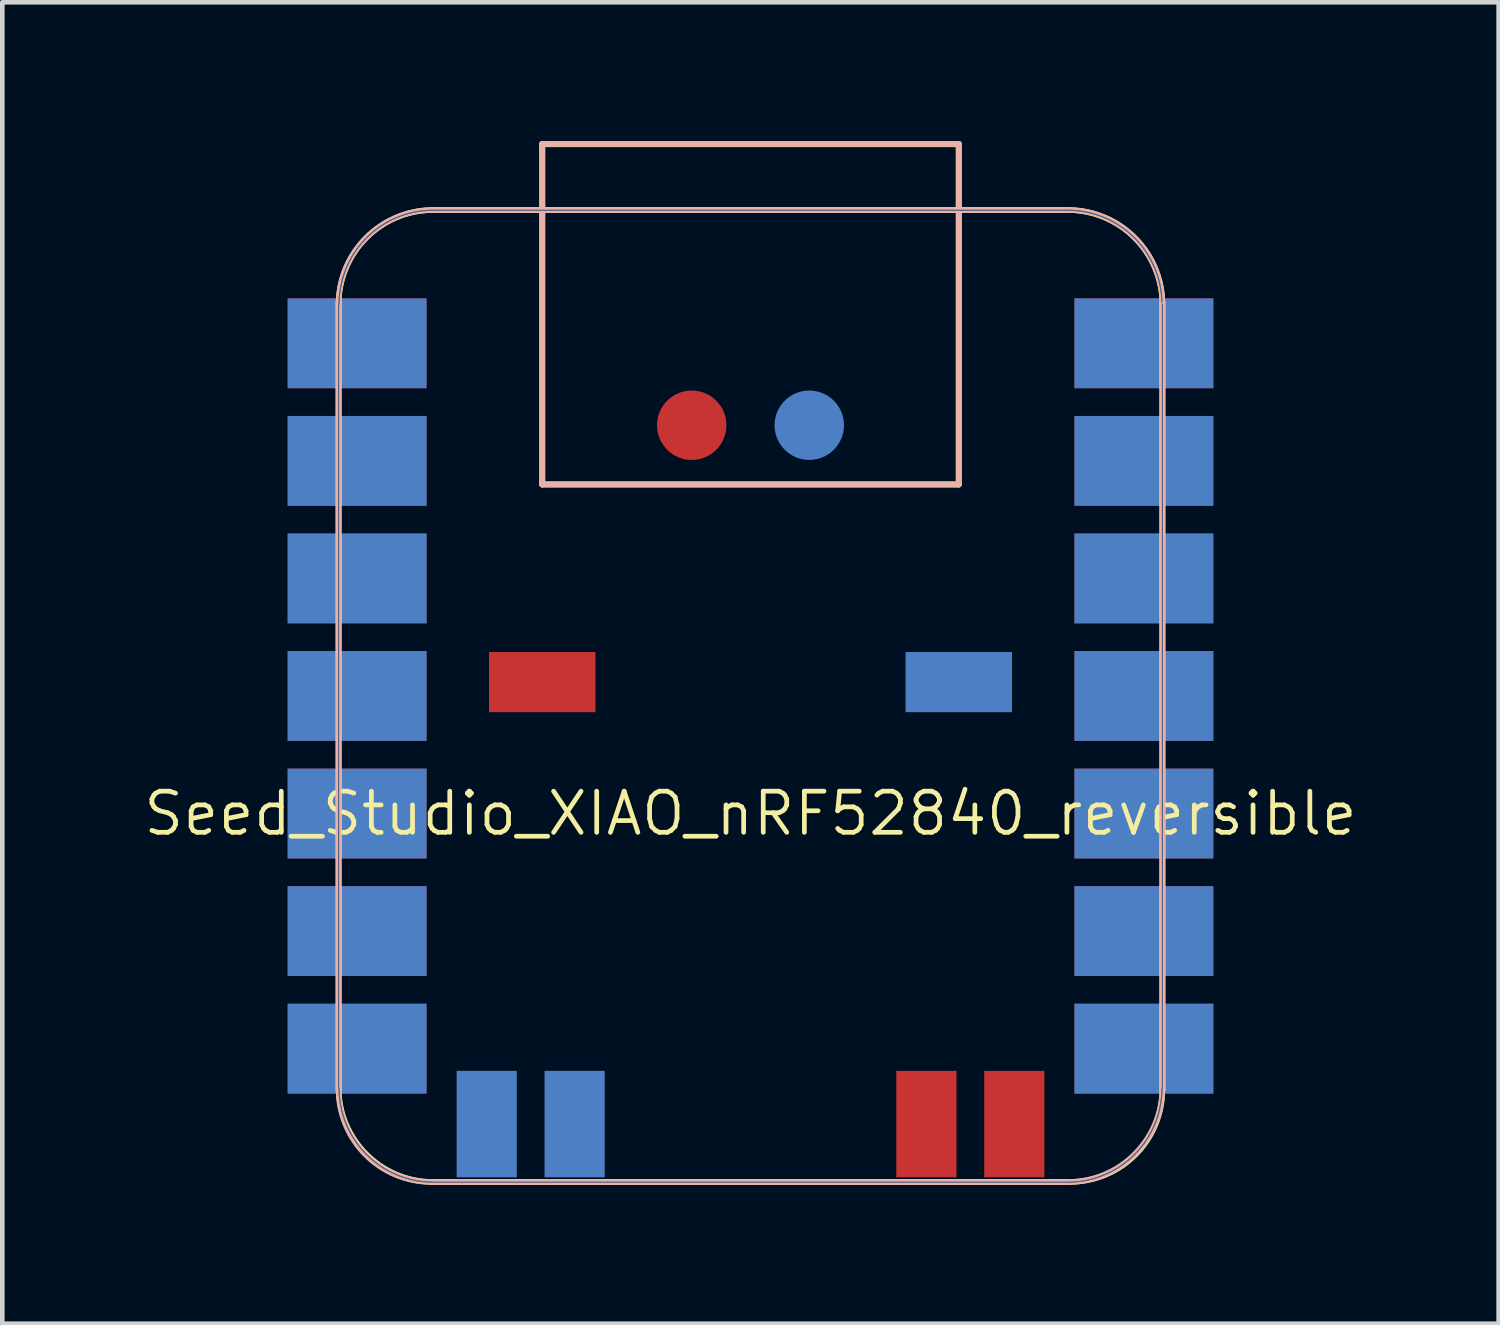
<source format=kicad_pcb>
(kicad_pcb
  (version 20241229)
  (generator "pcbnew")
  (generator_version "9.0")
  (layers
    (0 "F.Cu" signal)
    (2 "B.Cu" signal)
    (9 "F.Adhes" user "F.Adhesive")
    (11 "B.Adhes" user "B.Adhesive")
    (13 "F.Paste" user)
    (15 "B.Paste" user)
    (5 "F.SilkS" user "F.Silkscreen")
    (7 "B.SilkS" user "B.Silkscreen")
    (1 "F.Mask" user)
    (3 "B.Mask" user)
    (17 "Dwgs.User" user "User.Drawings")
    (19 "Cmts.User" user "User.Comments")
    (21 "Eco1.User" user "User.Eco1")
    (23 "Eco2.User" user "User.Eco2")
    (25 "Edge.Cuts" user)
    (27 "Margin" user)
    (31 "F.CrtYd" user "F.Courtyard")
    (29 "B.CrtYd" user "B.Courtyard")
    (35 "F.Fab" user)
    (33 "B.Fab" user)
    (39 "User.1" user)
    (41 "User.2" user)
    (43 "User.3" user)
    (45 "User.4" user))
  (footprint "Seed_Studio_XIAO_nRF52840_reversible"
    (layer "F.Cu")
    (at 13.166 11.988)
    (property "Reference" "Seed_Studio_XIAO_nRF52840_reversible" (at 0 2.54 0) (layer "F.SilkS") (effects (font (size 0.889 0.889) (thickness 0.102))))
    (attr smd)
    (fp_line (start -8.9 -8.5) (end -8.9 8.5) (stroke (width 0.127) (type solid)) (layer "F.SilkS"))
    (fp_line (start -6.9 10.5) (end 6.9 10.5) (stroke (width 0.127) (type solid)) (layer "F.SilkS"))
    (fp_line (start -4.5 -11.924) (end 4.5 -11.924) (stroke (width 0.127) (type solid)) (layer "F.SilkS"))
    (fp_line (start -4.5 -4.571) (end -4.5 -11.924) (stroke (width 0.127) (type solid)) (layer "F.SilkS"))
    (fp_line (start 4.5 -11.924) (end 4.5 -4.571) (stroke (width 0.127) (type solid)) (layer "F.SilkS"))
    (fp_line (start 4.5 -4.571) (end -4.5 -4.571) (stroke (width 0.127) (type solid)) (layer "F.SilkS"))
    (fp_line (start 6.9 -10.499) (end -6.9 -10.499) (stroke (width 0.127) (type solid)) (layer "F.SilkS"))
    (fp_line (start 8.9 8.5) (end 8.9 -8.5) (stroke (width 0.127) (type solid)) (layer "F.SilkS"))
    (fp_arc (start -8.9 -8.5) (mid -8.301491 -9.901491) (end -6.9 -10.5) (stroke (width 0.12) (type solid)) (layer "F.SilkS"))
    (fp_arc (start -6.9 10.5) (mid -8.301423 9.901423) (end -8.9 8.5) (stroke (width 0.12) (type solid)) (layer "F.SilkS"))
    (fp_arc (start 6.9 -10.5) (mid 8.301491 -9.901491) (end 8.9 -8.5) (stroke (width 0.12) (type solid)) (layer "F.SilkS"))
    (fp_arc (start 8.9 8.5) (mid 8.314214 9.914214) (end 6.9 10.5) (stroke (width 0.12) (type solid)) (layer "F.SilkS"))
    (fp_poly (pts (xy -8.888 -8.562) (xy -8.885 -8.61) (xy -8.881 -8.659)) (stroke (width 0.025) (type solid)) (fill no) (layer "F.SilkS"))
    (fp_poly (pts (xy 8.889 8.522) (xy 8.888 8.571) (xy 8.885 8.62) (xy 8.881 8.669) (xy 8.875 8.717) (xy 8.869 8.766) (xy 8.861 8.815) (xy 8.852 8.863) (xy 8.842 8.911)) (stroke (width 0.025) (type solid)) (fill no) (layer "F.SilkS"))
    (fp_line (start -8.9 8.5) (end -8.9 -8.5) (stroke (width 0.127) (type solid)) (layer "B.SilkS"))
    (fp_line (start -6.9 -10.499) (end 6.9 -10.499) (stroke (width 0.127) (type solid)) (layer "B.SilkS"))
    (fp_line (start -4.5 -11.924) (end -4.5 -4.571) (stroke (width 0.127) (type solid)) (layer "B.SilkS"))
    (fp_line (start -4.5 -4.571) (end 4.5 -4.571) (stroke (width 0.127) (type solid)) (layer "B.SilkS"))
    (fp_line (start 4.5 -11.924) (end -4.5 -11.924) (stroke (width 0.127) (type solid)) (layer "B.SilkS"))
    (fp_line (start 4.5 -4.571) (end 4.5 -11.924) (stroke (width 0.127) (type solid)) (layer "B.SilkS"))
    (fp_line (start 6.9 10.5) (end -6.9 10.5) (stroke (width 0.127) (type solid)) (layer "B.SilkS"))
    (fp_line (start 8.9 -8.5) (end 8.9 8.5) (stroke (width 0.127) (type solid)) (layer "B.SilkS"))
    (fp_arc (start -8.9 -8.5) (mid -8.301488 -9.901482) (end -6.9 -10.5) (stroke (width 0.12) (type solid)) (layer "B.SilkS"))
    (fp_arc (start -6.9 10.5) (mid -8.314214 9.914214) (end -8.9 8.5) (stroke (width 0.12) (type solid)) (layer "B.SilkS"))
    (fp_arc (start 6.9 -10.5) (mid 8.301491 -9.901491) (end 8.9 -8.5) (stroke (width 0.12) (type solid)) (layer "B.SilkS"))
    (fp_arc (start 8.9 8.5) (mid 8.301423 9.901423) (end 6.9 10.5) (stroke (width 0.12) (type solid)) (layer "B.SilkS"))
    (fp_poly (pts (xy 8.888 -8.562) (xy 8.885 -8.61) (xy 8.881 -8.659)) (stroke (width 0.025) (type solid)) (fill no) (layer "B.SilkS"))
    (fp_poly (pts (xy -8.889 8.522) (xy -8.888 8.571) (xy -8.885 8.62) (xy -8.881 8.669) (xy -8.875 8.717) (xy -8.869 8.766) (xy -8.861 8.815) (xy -8.852 8.863) (xy -8.842 8.911)) (stroke (width 0.025) (type solid)) (fill no) (layer "B.SilkS"))
    (fp_line (start -8.9 8.473) (end -8.9 -8.463) (stroke (width 0.025) (type solid)) (layer "B.Fab"))
    (fp_line (start -8.89 -8.463) (end -8.889 -8.512) (stroke (width 0.025) (type solid)) (layer "B.Fab"))
    (fp_line (start -8.889 -8.512) (end -8.888 -8.562) (stroke (width 0.025) (type solid)) (layer "B.Fab"))
    (fp_line (start -8.889 8.522) (end -8.89 8.473) (stroke (width 0.025) (type solid)) (layer "B.Fab"))
    (fp_line (start -8.888 -8.562) (end -8.885 -8.61) (stroke (width 0.025) (type solid)) (layer "B.Fab"))
    (fp_line (start -8.888 8.571) (end -8.889 8.522) (stroke (width 0.025) (type solid)) (layer "B.Fab"))
    (fp_line (start -8.885 -8.61) (end -8.881 -8.659) (stroke (width 0.025) (type solid)) (layer "B.Fab"))
    (fp_line (start -8.885 8.62) (end -8.888 8.571) (stroke (width 0.025) (type solid)) (layer "B.Fab"))
    (fp_line (start -8.881 -8.659) (end -8.875 -8.708) (stroke (width 0.025) (type solid)) (layer "B.Fab"))
    (fp_line (start -8.881 8.669) (end -8.885 8.62) (stroke (width 0.025) (type solid)) (layer "B.Fab"))
    (fp_line (start -8.875 -8.708) (end -8.869 -8.757) (stroke (width 0.025) (type solid)) (layer "B.Fab"))
    (fp_line (start -8.875 8.717) (end -8.881 8.669) (stroke (width 0.025) (type solid)) (layer "B.Fab"))
    (fp_line (start -8.869 -8.757) (end -8.861 -8.806) (stroke (width 0.025) (type solid)) (layer "B.Fab"))
    (fp_line (start -8.869 8.766) (end -8.875 8.717) (stroke (width 0.025) (type solid)) (layer "B.Fab"))
    (fp_line (start -8.861 -8.806) (end -8.852 -8.854) (stroke (width 0.025) (type solid)) (layer "B.Fab"))
    (fp_line (start -8.861 8.815) (end -8.869 8.766) (stroke (width 0.025) (type solid)) (layer "B.Fab"))
    (fp_line (start -8.852 -8.854) (end -8.842 -8.902) (stroke (width 0.025) (type solid)) (layer "B.Fab"))
    (fp_line (start -8.852 8.863) (end -8.861 8.815) (stroke (width 0.025) (type solid)) (layer "B.Fab"))
    (fp_line (start -8.842 -8.902) (end -8.831 -8.95) (stroke (width 0.025) (type solid)) (layer "B.Fab"))
    (fp_line (start -8.842 8.911) (end -8.852 8.863) (stroke (width 0.025) (type solid)) (layer "B.Fab"))
    (fp_line (start -8.831 -8.95) (end -8.819 -8.997) (stroke (width 0.025) (type solid)) (layer "B.Fab"))
    (fp_line (start -8.831 8.959) (end -8.842 8.911) (stroke (width 0.025) (type solid)) (layer "B.Fab"))
    (fp_line (start -8.819 -8.997) (end -8.805 -9.045) (stroke (width 0.025) (type solid)) (layer "B.Fab"))
    (fp_line (start -8.819 9.006) (end -8.831 8.959) (stroke (width 0.025) (type solid)) (layer "B.Fab"))
    (fp_line (start -8.805 -9.045) (end -8.79 -9.091) (stroke (width 0.025) (type solid)) (layer "B.Fab"))
    (fp_line (start -8.805 9.054) (end -8.819 9.006) (stroke (width 0.025) (type solid)) (layer "B.Fab"))
    (fp_line (start -8.79 -9.091) (end -8.775 -9.138) (stroke (width 0.025) (type solid)) (layer "B.Fab"))
    (fp_line (start -8.79 9.1) (end -8.805 9.054) (stroke (width 0.025) (type solid)) (layer "B.Fab"))
    (fp_line (start -8.775 -9.138) (end -8.758 -9.184) (stroke (width 0.025) (type solid)) (layer "B.Fab"))
    (fp_line (start -8.775 9.147) (end -8.79 9.1) (stroke (width 0.025) (type solid)) (layer "B.Fab"))
    (fp_line (start -8.758 -9.184) (end -8.74 -9.23) (stroke (width 0.025) (type solid)) (layer "B.Fab"))
    (fp_line (start -8.758 9.193) (end -8.775 9.147) (stroke (width 0.025) (type solid)) (layer "B.Fab"))
    (fp_line (start -8.74 -9.23) (end -8.721 -9.275) (stroke (width 0.025) (type solid)) (layer "B.Fab"))
    (fp_line (start -8.74 9.239) (end -8.758 9.193) (stroke (width 0.025) (type solid)) (layer "B.Fab"))
    (fp_line (start -8.721 -9.275) (end -8.701 -9.32) (stroke (width 0.025) (type solid)) (layer "B.Fab"))
    (fp_line (start -8.721 9.284) (end -8.74 9.239) (stroke (width 0.025) (type solid)) (layer "B.Fab"))
    (fp_line (start -8.701 -9.32) (end -8.679 -9.364) (stroke (width 0.025) (type solid)) (layer "B.Fab"))
    (fp_line (start -8.701 9.329) (end -8.721 9.284) (stroke (width 0.025) (type solid)) (layer "B.Fab"))
    (fp_line (start -8.679 -9.364) (end -8.657 -9.408) (stroke (width 0.025) (type solid)) (layer "B.Fab"))
    (fp_line (start -8.679 9.373) (end -8.701 9.329) (stroke (width 0.025) (type solid)) (layer "B.Fab"))
    (fp_line (start -8.657 -9.408) (end -8.634 -9.451) (stroke (width 0.025) (type solid)) (layer "B.Fab"))
    (fp_line (start -8.657 9.417) (end -8.679 9.373) (stroke (width 0.025) (type solid)) (layer "B.Fab"))
    (fp_line (start -8.634 -9.451) (end -8.61 -9.494) (stroke (width 0.025) (type solid)) (layer "B.Fab"))
    (fp_line (start -8.634 9.46) (end -8.657 9.417) (stroke (width 0.025) (type solid)) (layer "B.Fab"))
    (fp_line (start -8.61 -9.494) (end -8.584 -9.536) (stroke (width 0.025) (type solid)) (layer "B.Fab"))
    (fp_line (start -8.61 9.503) (end -8.634 9.46) (stroke (width 0.025) (type solid)) (layer "B.Fab"))
    (fp_line (start -8.584 -9.536) (end -8.558 -9.577) (stroke (width 0.025) (type solid)) (layer "B.Fab"))
    (fp_line (start -8.584 9.545) (end -8.61 9.503) (stroke (width 0.025) (type solid)) (layer "B.Fab"))
    (fp_line (start -8.558 -9.577) (end -8.53 -9.618) (stroke (width 0.025) (type solid)) (layer "B.Fab"))
    (fp_line (start -8.558 9.586) (end -8.584 9.545) (stroke (width 0.025) (type solid)) (layer "B.Fab"))
    (fp_line (start -8.53 -9.618) (end -8.502 -9.658) (stroke (width 0.025) (type solid)) (layer "B.Fab"))
    (fp_line (start -8.53 9.627) (end -8.558 9.586) (stroke (width 0.025) (type solid)) (layer "B.Fab"))
    (fp_line (start -8.502 -9.658) (end -8.473 -9.697) (stroke (width 0.025) (type solid)) (layer "B.Fab"))
    (fp_line (start -8.502 9.667) (end -8.53 9.627) (stroke (width 0.025) (type solid)) (layer "B.Fab"))
    (fp_line (start -8.473 -9.697) (end -8.442 -9.736) (stroke (width 0.025) (type solid)) (layer "B.Fab"))
    (fp_line (start -8.473 9.706) (end -8.502 9.667) (stroke (width 0.025) (type solid)) (layer "B.Fab"))
    (fp_line (start -8.442 -9.736) (end -8.411 -9.774) (stroke (width 0.025) (type solid)) (layer "B.Fab"))
    (fp_line (start -8.442 9.745) (end -8.473 9.706) (stroke (width 0.025) (type solid)) (layer "B.Fab"))
    (fp_line (start -8.411 -9.774) (end -8.379 -9.811) (stroke (width 0.025) (type solid)) (layer "B.Fab"))
    (fp_line (start -8.411 9.783) (end -8.442 9.745) (stroke (width 0.025) (type solid)) (layer "B.Fab"))
    (fp_line (start -8.379 -9.811) (end -8.346 -9.847) (stroke (width 0.025) (type solid)) (layer "B.Fab"))
    (fp_line (start -8.379 9.82) (end -8.411 9.783) (stroke (width 0.025) (type solid)) (layer "B.Fab"))
    (fp_line (start -8.346 -9.847) (end -8.312 -9.883) (stroke (width 0.025) (type solid)) (layer "B.Fab"))
    (fp_line (start -8.346 9.856) (end -8.379 9.82) (stroke (width 0.025) (type solid)) (layer "B.Fab"))
    (fp_line (start -8.312 -9.883) (end -8.277 -9.918) (stroke (width 0.025) (type solid)) (layer "B.Fab"))
    (fp_line (start -8.312 9.892) (end -8.346 9.856) (stroke (width 0.025) (type solid)) (layer "B.Fab"))
    (fp_line (start -8.277 -9.918) (end -8.242 -9.951) (stroke (width 0.025) (type solid)) (layer "B.Fab"))
    (fp_line (start -8.277 9.927) (end -8.312 9.892) (stroke (width 0.025) (type solid)) (layer "B.Fab"))
    (fp_line (start -8.242 -9.951) (end -8.205 -9.984) (stroke (width 0.025) (type solid)) (layer "B.Fab"))
    (fp_line (start -8.242 9.96) (end -8.277 9.927) (stroke (width 0.025) (type solid)) (layer "B.Fab"))
    (fp_line (start -8.205 -9.984) (end -8.168 -10.017) (stroke (width 0.025) (type solid)) (layer "B.Fab"))
    (fp_line (start -8.205 9.994) (end -8.242 9.96) (stroke (width 0.025) (type solid)) (layer "B.Fab"))
    (fp_line (start -8.168 -10.017) (end -8.13 -10.048) (stroke (width 0.025) (type solid)) (layer "B.Fab"))
    (fp_line (start -8.168 10.026) (end -8.205 9.994) (stroke (width 0.025) (type solid)) (layer "B.Fab"))
    (fp_line (start -8.13 -10.048) (end -8.092 -10.078) (stroke (width 0.025) (type solid)) (layer "B.Fab"))
    (fp_line (start -8.13 10.057) (end -8.168 10.026) (stroke (width 0.025) (type solid)) (layer "B.Fab"))
    (fp_line (start -8.092 -10.078) (end -8.052 -10.107) (stroke (width 0.025) (type solid)) (layer "B.Fab"))
    (fp_line (start -8.092 10.087) (end -8.13 10.057) (stroke (width 0.025) (type solid)) (layer "B.Fab"))
    (fp_line (start -8.052 -10.107) (end -8.012 -10.136) (stroke (width 0.025) (type solid)) (layer "B.Fab"))
    (fp_line (start -8.052 10.116) (end -8.092 10.087) (stroke (width 0.025) (type solid)) (layer "B.Fab"))
    (fp_line (start -8.012 -10.136) (end -7.972 -10.163) (stroke (width 0.025) (type solid)) (layer "B.Fab"))
    (fp_line (start -8.012 10.145) (end -8.052 10.116) (stroke (width 0.025) (type solid)) (layer "B.Fab"))
    (fp_line (start -7.972 -10.163) (end -7.93 -10.19) (stroke (width 0.025) (type solid)) (layer "B.Fab"))
    (fp_line (start -7.972 10.172) (end -8.012 10.145) (stroke (width 0.025) (type solid)) (layer "B.Fab"))
    (fp_line (start -7.93 -10.19) (end -7.888 -10.215) (stroke (width 0.025) (type solid)) (layer "B.Fab"))
    (fp_line (start -7.93 10.199) (end -7.972 10.172) (stroke (width 0.025) (type solid)) (layer "B.Fab"))
    (fp_line (start -7.888 -10.215) (end -7.846 -10.239) (stroke (width 0.025) (type solid)) (layer "B.Fab"))
    (fp_line (start -7.888 10.224) (end -7.93 10.199) (stroke (width 0.025) (type solid)) (layer "B.Fab"))
    (fp_line (start -7.846 -10.239) (end -7.802 -10.263) (stroke (width 0.025) (type solid)) (layer "B.Fab"))
    (fp_line (start -7.846 10.249) (end -7.888 10.224) (stroke (width 0.025) (type solid)) (layer "B.Fab"))
    (fp_line (start -7.802 -10.263) (end -7.759 -10.285) (stroke (width 0.025) (type solid)) (layer "B.Fab"))
    (fp_line (start -7.802 10.272) (end -7.846 10.249) (stroke (width 0.025) (type solid)) (layer "B.Fab"))
    (fp_line (start -7.759 -10.285) (end -7.714 -10.306) (stroke (width 0.025) (type solid)) (layer "B.Fab"))
    (fp_line (start -7.759 10.294) (end -7.802 10.272) (stroke (width 0.025) (type solid)) (layer "B.Fab"))
    (fp_line (start -7.714 -10.306) (end -7.67 -10.326) (stroke (width 0.025) (type solid)) (layer "B.Fab"))
    (fp_line (start -7.714 10.315) (end -7.759 10.294) (stroke (width 0.025) (type solid)) (layer "B.Fab"))
    (fp_line (start -7.67 -10.326) (end -7.624 -10.345) (stroke (width 0.025) (type solid)) (layer "B.Fab"))
    (fp_line (start -7.67 10.335) (end -7.714 10.315) (stroke (width 0.025) (type solid)) (layer "B.Fab"))
    (fp_line (start -7.624 -10.345) (end -7.579 -10.363) (stroke (width 0.025) (type solid)) (layer "B.Fab"))
    (fp_line (start -7.624 10.354) (end -7.67 10.335) (stroke (width 0.025) (type solid)) (layer "B.Fab"))
    (fp_line (start -7.579 -10.363) (end -7.532 -10.38) (stroke (width 0.025) (type solid)) (layer "B.Fab"))
    (fp_line (start -7.579 10.372) (end -7.624 10.354) (stroke (width 0.025) (type solid)) (layer "B.Fab"))
    (fp_line (start -7.532 -10.38) (end -7.486 -10.396) (stroke (width 0.025) (type solid)) (layer "B.Fab"))
    (fp_line (start -7.532 10.389) (end -7.579 10.372) (stroke (width 0.025) (type solid)) (layer "B.Fab"))
    (fp_line (start -7.486 -10.396) (end -7.439 -10.411) (stroke (width 0.025) (type solid)) (layer "B.Fab"))
    (fp_line (start -7.486 10.405) (end -7.532 10.389) (stroke (width 0.025) (type solid)) (layer "B.Fab"))
    (fp_line (start -7.439 -10.411) (end -7.392 -10.424) (stroke (width 0.025) (type solid)) (layer "B.Fab"))
    (fp_line (start -7.439 10.42) (end -7.486 10.405) (stroke (width 0.025) (type solid)) (layer "B.Fab"))
    (fp_line (start -7.392 -10.424) (end -7.344 -10.436) (stroke (width 0.025) (type solid)) (layer "B.Fab"))
    (fp_line (start -7.392 10.433) (end -7.439 10.42) (stroke (width 0.025) (type solid)) (layer "B.Fab"))
    (fp_line (start -7.344 -10.436) (end -7.296 -10.448) (stroke (width 0.025) (type solid)) (layer "B.Fab"))
    (fp_line (start -7.344 10.446) (end -7.392 10.433) (stroke (width 0.025) (type solid)) (layer "B.Fab"))
    (fp_line (start -7.296 -10.448) (end -7.248 -10.458) (stroke (width 0.025) (type solid)) (layer "B.Fab"))
    (fp_line (start -7.296 10.457) (end -7.344 10.446) (stroke (width 0.025) (type solid)) (layer "B.Fab"))
    (fp_line (start -7.248 -10.458) (end -7.2 -10.466) (stroke (width 0.025) (type solid)) (layer "B.Fab"))
    (fp_line (start -7.248 10.467) (end -7.296 10.457) (stroke (width 0.025) (type solid)) (layer "B.Fab"))
    (fp_line (start -7.2 -10.466) (end -7.152 -10.474) (stroke (width 0.025) (type solid)) (layer "B.Fab"))
    (fp_line (start -7.2 10.476) (end -7.248 10.467) (stroke (width 0.025) (type solid)) (layer "B.Fab"))
    (fp_line (start -7.152 -10.474) (end -7.103 -10.481) (stroke (width 0.025) (type solid)) (layer "B.Fab"))
    (fp_line (start -7.152 10.483) (end -7.2 10.476) (stroke (width 0.025) (type solid)) (layer "B.Fab"))
    (fp_line (start -7.103 -10.481) (end -7.054 -10.486) (stroke (width 0.025) (type solid)) (layer "B.Fab"))
    (fp_line (start -7.103 10.49) (end -7.152 10.483) (stroke (width 0.025) (type solid)) (layer "B.Fab"))
    (fp_line (start -7.054 -10.486) (end -7.005 -10.49) (stroke (width 0.025) (type solid)) (layer "B.Fab"))
    (fp_line (start -7.054 10.495) (end -7.103 10.49) (stroke (width 0.025) (type solid)) (layer "B.Fab"))
    (fp_line (start -7.005 -10.49) (end -6.956 -10.493) (stroke (width 0.025) (type solid)) (layer "B.Fab"))
    (fp_line (start -7.005 10.499) (end -7.054 10.495) (stroke (width 0.025) (type solid)) (layer "B.Fab"))
    (fp_line (start -6.956 -10.493) (end -6.907 -10.495) (stroke (width 0.025) (type solid)) (layer "B.Fab"))
    (fp_line (start -6.956 10.502) (end -7.005 10.499) (stroke (width 0.025) (type solid)) (layer "B.Fab"))
    (fp_line (start -6.907 -10.495) (end -6.858 -10.495) (stroke (width 0.025) (type solid)) (layer "B.Fab"))
    (fp_line (start -6.907 10.504) (end -6.956 10.502) (stroke (width 0.025) (type solid)) (layer "B.Fab"))
    (fp_line (start -6.858 -10.495) (end 6.858 -10.495) (stroke (width 0.025) (type solid)) (layer "B.Fab"))
    (fp_line (start -6.858 10.505) (end -6.907 10.504) (stroke (width 0.025) (type solid)) (layer "B.Fab"))
    (fp_line (start 6.858 -10.495) (end 6.907 -10.495) (stroke (width 0.025) (type solid)) (layer "B.Fab"))
    (fp_line (start 6.858 10.505) (end -6.858 10.505) (stroke (width 0.025) (type solid)) (layer "B.Fab"))
    (fp_line (start 6.907 -10.495) (end 6.956 -10.493) (stroke (width 0.025) (type solid)) (layer "B.Fab"))
    (fp_line (start 6.907 10.504) (end 6.858 10.505) (stroke (width 0.025) (type solid)) (layer "B.Fab"))
    (fp_line (start 6.956 -10.493) (end 7.005 -10.49) (stroke (width 0.025) (type solid)) (layer "B.Fab"))
    (fp_line (start 6.956 10.502) (end 6.907 10.504) (stroke (width 0.025) (type solid)) (layer "B.Fab"))
    (fp_line (start 7.005 -10.49) (end 7.054 -10.486) (stroke (width 0.025) (type solid)) (layer "B.Fab"))
    (fp_line (start 7.005 10.499) (end 6.956 10.502) (stroke (width 0.025) (type solid)) (layer "B.Fab"))
    (fp_line (start 7.054 -10.486) (end 7.103 -10.481) (stroke (width 0.025) (type solid)) (layer "B.Fab"))
    (fp_line (start 7.054 10.495) (end 7.005 10.499) (stroke (width 0.025) (type solid)) (layer "B.Fab"))
    (fp_line (start 7.103 -10.481) (end 7.152 -10.474) (stroke (width 0.025) (type solid)) (layer "B.Fab"))
    (fp_line (start 7.103 10.49) (end 7.054 10.495) (stroke (width 0.025) (type solid)) (layer "B.Fab"))
    (fp_line (start 7.152 -10.474) (end 7.2 -10.466) (stroke (width 0.025) (type solid)) (layer "B.Fab"))
    (fp_line (start 7.152 10.483) (end 7.103 10.49) (stroke (width 0.025) (type solid)) (layer "B.Fab"))
    (fp_line (start 7.2 -10.466) (end 7.248 -10.458) (stroke (width 0.025) (type solid)) (layer "B.Fab"))
    (fp_line (start 7.2 10.476) (end 7.152 10.483) (stroke (width 0.025) (type solid)) (layer "B.Fab"))
    (fp_line (start 7.248 -10.458) (end 7.296 -10.448) (stroke (width 0.025) (type solid)) (layer "B.Fab"))
    (fp_line (start 7.248 10.467) (end 7.2 10.476) (stroke (width 0.025) (type solid)) (layer "B.Fab"))
    (fp_line (start 7.296 -10.448) (end 7.344 -10.436) (stroke (width 0.025) (type solid)) (layer "B.Fab"))
    (fp_line (start 7.296 10.457) (end 7.248 10.467) (stroke (width 0.025) (type solid)) (layer "B.Fab"))
    (fp_line (start 7.344 -10.436) (end 7.392 -10.424) (stroke (width 0.025) (type solid)) (layer "B.Fab"))
    (fp_line (start 7.344 10.446) (end 7.296 10.457) (stroke (width 0.025) (type solid)) (layer "B.Fab"))
    (fp_line (start 7.392 -10.424) (end 7.439 -10.411) (stroke (width 0.025) (type solid)) (layer "B.Fab"))
    (fp_line (start 7.392 10.433) (end 7.344 10.446) (stroke (width 0.025) (type solid)) (layer "B.Fab"))
    (fp_line (start 7.439 -10.411) (end 7.486 -10.396) (stroke (width 0.025) (type solid)) (layer "B.Fab"))
    (fp_line (start 7.439 10.42) (end 7.392 10.433) (stroke (width 0.025) (type solid)) (layer "B.Fab"))
    (fp_line (start 7.486 -10.396) (end 7.532 -10.38) (stroke (width 0.025) (type solid)) (layer "B.Fab"))
    (fp_line (start 7.486 10.405) (end 7.439 10.42) (stroke (width 0.025) (type solid)) (layer "B.Fab"))
    (fp_line (start 7.532 -10.38) (end 7.579 -10.363) (stroke (width 0.025) (type solid)) (layer "B.Fab"))
    (fp_line (start 7.532 10.389) (end 7.486 10.405) (stroke (width 0.025) (type solid)) (layer "B.Fab"))
    (fp_line (start 7.579 -10.363) (end 7.624 -10.345) (stroke (width 0.025) (type solid)) (layer "B.Fab"))
    (fp_line (start 7.579 10.372) (end 7.532 10.389) (stroke (width 0.025) (type solid)) (layer "B.Fab"))
    (fp_line (start 7.624 -10.345) (end 7.67 -10.326) (stroke (width 0.025) (type solid)) (layer "B.Fab"))
    (fp_line (start 7.624 10.354) (end 7.579 10.372) (stroke (width 0.025) (type solid)) (layer "B.Fab"))
    (fp_line (start 7.67 -10.326) (end 7.714 -10.306) (stroke (width 0.025) (type solid)) (layer "B.Fab"))
    (fp_line (start 7.67 10.335) (end 7.624 10.354) (stroke (width 0.025) (type solid)) (layer "B.Fab"))
    (fp_line (start 7.714 -10.306) (end 7.759 -10.285) (stroke (width 0.025) (type solid)) (layer "B.Fab"))
    (fp_line (start 7.714 10.315) (end 7.67 10.335) (stroke (width 0.025) (type solid)) (layer "B.Fab"))
    (fp_line (start 7.759 -10.285) (end 7.802 -10.263) (stroke (width 0.025) (type solid)) (layer "B.Fab"))
    (fp_line (start 7.759 10.294) (end 7.714 10.315) (stroke (width 0.025) (type solid)) (layer "B.Fab"))
    (fp_line (start 7.802 -10.263) (end 7.846 -10.239) (stroke (width 0.025) (type solid)) (layer "B.Fab"))
    (fp_line (start 7.802 10.272) (end 7.759 10.294) (stroke (width 0.025) (type solid)) (layer "B.Fab"))
    (fp_line (start 7.846 -10.239) (end 7.888 -10.215) (stroke (width 0.025) (type solid)) (layer "B.Fab"))
    (fp_line (start 7.846 10.249) (end 7.802 10.272) (stroke (width 0.025) (type solid)) (layer "B.Fab"))
    (fp_line (start 7.888 -10.215) (end 7.93 -10.19) (stroke (width 0.025) (type solid)) (layer "B.Fab"))
    (fp_line (start 7.888 10.224) (end 7.846 10.249) (stroke (width 0.025) (type solid)) (layer "B.Fab"))
    (fp_line (start 7.93 -10.19) (end 7.972 -10.163) (stroke (width 0.025) (type solid)) (layer "B.Fab"))
    (fp_line (start 7.93 10.199) (end 7.888 10.224) (stroke (width 0.025) (type solid)) (layer "B.Fab"))
    (fp_line (start 7.972 -10.163) (end 8.012 -10.136) (stroke (width 0.025) (type solid)) (layer "B.Fab"))
    (fp_line (start 7.972 10.172) (end 7.93 10.199) (stroke (width 0.025) (type solid)) (layer "B.Fab"))
    (fp_line (start 8.012 -10.136) (end 8.052 -10.107) (stroke (width 0.025) (type solid)) (layer "B.Fab"))
    (fp_line (start 8.012 10.145) (end 7.972 10.172) (stroke (width 0.025) (type solid)) (layer "B.Fab"))
    (fp_line (start 8.052 -10.107) (end 8.092 -10.078) (stroke (width 0.025) (type solid)) (layer "B.Fab"))
    (fp_line (start 8.052 10.116) (end 8.012 10.145) (stroke (width 0.025) (type solid)) (layer "B.Fab"))
    (fp_line (start 8.092 -10.078) (end 8.13 -10.048) (stroke (width 0.025) (type solid)) (layer "B.Fab"))
    (fp_line (start 8.092 10.087) (end 8.052 10.116) (stroke (width 0.025) (type solid)) (layer "B.Fab"))
    (fp_line (start 8.13 -10.048) (end 8.168 -10.017) (stroke (width 0.025) (type solid)) (layer "B.Fab"))
    (fp_line (start 8.13 10.057) (end 8.092 10.087) (stroke (width 0.025) (type solid)) (layer "B.Fab"))
    (fp_line (start 8.168 -10.017) (end 8.205 -9.984) (stroke (width 0.025) (type solid)) (layer "B.Fab"))
    (fp_line (start 8.168 10.026) (end 8.13 10.057) (stroke (width 0.025) (type solid)) (layer "B.Fab"))
    (fp_line (start 8.205 -9.984) (end 8.242 -9.951) (stroke (width 0.025) (type solid)) (layer "B.Fab"))
    (fp_line (start 8.205 9.994) (end 8.168 10.026) (stroke (width 0.025) (type solid)) (layer "B.Fab"))
    (fp_line (start 8.242 -9.951) (end 8.277 -9.918) (stroke (width 0.025) (type solid)) (layer "B.Fab"))
    (fp_line (start 8.242 9.96) (end 8.205 9.994) (stroke (width 0.025) (type solid)) (layer "B.Fab"))
    (fp_line (start 8.277 -9.918) (end 8.312 -9.883) (stroke (width 0.025) (type solid)) (layer "B.Fab"))
    (fp_line (start 8.277 9.927) (end 8.242 9.96) (stroke (width 0.025) (type solid)) (layer "B.Fab"))
    (fp_line (start 8.312 -9.883) (end 8.346 -9.847) (stroke (width 0.025) (type solid)) (layer "B.Fab"))
    (fp_line (start 8.312 9.892) (end 8.277 9.927) (stroke (width 0.025) (type solid)) (layer "B.Fab"))
    (fp_line (start 8.346 -9.847) (end 8.379 -9.811) (stroke (width 0.025) (type solid)) (layer "B.Fab"))
    (fp_line (start 8.346 9.856) (end 8.312 9.892) (stroke (width 0.025) (type solid)) (layer "B.Fab"))
    (fp_line (start 8.379 -9.811) (end 8.411 -9.774) (stroke (width 0.025) (type solid)) (layer "B.Fab"))
    (fp_line (start 8.379 9.82) (end 8.346 9.856) (stroke (width 0.025) (type solid)) (layer "B.Fab"))
    (fp_line (start 8.411 -9.774) (end 8.442 -9.736) (stroke (width 0.025) (type solid)) (layer "B.Fab"))
    (fp_line (start 8.411 9.783) (end 8.379 9.82) (stroke (width 0.025) (type solid)) (layer "B.Fab"))
    (fp_line (start 8.442 -9.736) (end 8.473 -9.697) (stroke (width 0.025) (type solid)) (layer "B.Fab"))
    (fp_line (start 8.442 9.745) (end 8.411 9.783) (stroke (width 0.025) (type solid)) (layer "B.Fab"))
    (fp_line (start 8.473 -9.697) (end 8.502 -9.658) (stroke (width 0.025) (type solid)) (layer "B.Fab"))
    (fp_line (start 8.473 9.706) (end 8.442 9.745) (stroke (width 0.025) (type solid)) (layer "B.Fab"))
    (fp_line (start 8.502 -9.658) (end 8.53 -9.618) (stroke (width 0.025) (type solid)) (layer "B.Fab"))
    (fp_line (start 8.502 9.667) (end 8.473 9.706) (stroke (width 0.025) (type solid)) (layer "B.Fab"))
    (fp_line (start 8.53 -9.618) (end 8.558 -9.577) (stroke (width 0.025) (type solid)) (layer "B.Fab"))
    (fp_line (start 8.53 9.627) (end 8.502 9.667) (stroke (width 0.025) (type solid)) (layer "B.Fab"))
    (fp_line (start 8.558 -9.577) (end 8.584 -9.536) (stroke (width 0.025) (type solid)) (layer "B.Fab"))
    (fp_line (start 8.558 9.586) (end 8.53 9.627) (stroke (width 0.025) (type solid)) (layer "B.Fab"))
    (fp_line (start 8.584 -9.536) (end 8.61 -9.494) (stroke (width 0.025) (type solid)) (layer "B.Fab"))
    (fp_line (start 8.584 9.545) (end 8.558 9.586) (stroke (width 0.025) (type solid)) (layer "B.Fab"))
    (fp_line (start 8.61 -9.494) (end 8.634 -9.451) (stroke (width 0.025) (type solid)) (layer "B.Fab"))
    (fp_line (start 8.61 9.503) (end 8.584 9.545) (stroke (width 0.025) (type solid)) (layer "B.Fab"))
    (fp_line (start 8.634 -9.451) (end 8.657 -9.408) (stroke (width 0.025) (type solid)) (layer "B.Fab"))
    (fp_line (start 8.634 9.46) (end 8.61 9.503) (stroke (width 0.025) (type solid)) (layer "B.Fab"))
    (fp_line (start 8.657 -9.408) (end 8.679 -9.364) (stroke (width 0.025) (type solid)) (layer "B.Fab"))
    (fp_line (start 8.657 9.417) (end 8.634 9.46) (stroke (width 0.025) (type solid)) (layer "B.Fab"))
    (fp_line (start 8.679 -9.364) (end 8.701 -9.32) (stroke (width 0.025) (type solid)) (layer "B.Fab"))
    (fp_line (start 8.679 9.373) (end 8.657 9.417) (stroke (width 0.025) (type solid)) (layer "B.Fab"))
    (fp_line (start 8.701 -9.32) (end 8.721 -9.275) (stroke (width 0.025) (type solid)) (layer "B.Fab"))
    (fp_line (start 8.701 9.329) (end 8.679 9.373) (stroke (width 0.025) (type solid)) (layer "B.Fab"))
    (fp_line (start 8.721 -9.275) (end 8.74 -9.23) (stroke (width 0.025) (type solid)) (layer "B.Fab"))
    (fp_line (start 8.721 9.284) (end 8.701 9.329) (stroke (width 0.025) (type solid)) (layer "B.Fab"))
    (fp_line (start 8.74 -9.23) (end 8.758 -9.184) (stroke (width 0.025) (type solid)) (layer "B.Fab"))
    (fp_line (start 8.74 9.239) (end 8.721 9.284) (stroke (width 0.025) (type solid)) (layer "B.Fab"))
    (fp_line (start 8.758 -9.184) (end 8.775 -9.138) (stroke (width 0.025) (type solid)) (layer "B.Fab"))
    (fp_line (start 8.758 9.193) (end 8.74 9.239) (stroke (width 0.025) (type solid)) (layer "B.Fab"))
    (fp_line (start 8.775 -9.138) (end 8.79 -9.091) (stroke (width 0.025) (type solid)) (layer "B.Fab"))
    (fp_line (start 8.775 9.147) (end 8.758 9.193) (stroke (width 0.025) (type solid)) (layer "B.Fab"))
    (fp_line (start 8.79 -9.091) (end 8.805 -9.045) (stroke (width 0.025) (type solid)) (layer "B.Fab"))
    (fp_line (start 8.79 9.1) (end 8.775 9.147) (stroke (width 0.025) (type solid)) (layer "B.Fab"))
    (fp_line (start 8.805 -9.045) (end 8.819 -8.997) (stroke (width 0.025) (type solid)) (layer "B.Fab"))
    (fp_line (start 8.805 9.054) (end 8.79 9.1) (stroke (width 0.025) (type solid)) (layer "B.Fab"))
    (fp_line (start 8.819 -8.997) (end 8.831 -8.95) (stroke (width 0.025) (type solid)) (layer "B.Fab"))
    (fp_line (start 8.819 9.006) (end 8.805 9.054) (stroke (width 0.025) (type solid)) (layer "B.Fab"))
    (fp_line (start 8.831 -8.95) (end 8.842 -8.902) (stroke (width 0.025) (type solid)) (layer "B.Fab"))
    (fp_line (start 8.831 8.959) (end 8.819 9.006) (stroke (width 0.025) (type solid)) (layer "B.Fab"))
    (fp_line (start 8.842 -8.902) (end 8.852 -8.854) (stroke (width 0.025) (type solid)) (layer "B.Fab"))
    (fp_line (start 8.842 8.911) (end 8.831 8.959) (stroke (width 0.025) (type solid)) (layer "B.Fab"))
    (fp_line (start 8.852 -8.854) (end 8.861 -8.806) (stroke (width 0.025) (type solid)) (layer "B.Fab"))
    (fp_line (start 8.852 8.863) (end 8.842 8.911) (stroke (width 0.025) (type solid)) (layer "B.Fab"))
    (fp_line (start 8.861 -8.806) (end 8.869 -8.757) (stroke (width 0.025) (type solid)) (layer "B.Fab"))
    (fp_line (start 8.861 8.815) (end 8.852 8.863) (stroke (width 0.025) (type solid)) (layer "B.Fab"))
    (fp_line (start 8.869 -8.757) (end 8.875 -8.708) (stroke (width 0.025) (type solid)) (layer "B.Fab"))
    (fp_line (start 8.869 8.766) (end 8.861 8.815) (stroke (width 0.025) (type solid)) (layer "B.Fab"))
    (fp_line (start 8.875 -8.708) (end 8.881 -8.659) (stroke (width 0.025) (type solid)) (layer "B.Fab"))
    (fp_line (start 8.875 8.717) (end 8.869 8.766) (stroke (width 0.025) (type solid)) (layer "B.Fab"))
    (fp_line (start 8.881 -8.659) (end 8.885 -8.61) (stroke (width 0.025) (type solid)) (layer "B.Fab"))
    (fp_line (start 8.881 8.669) (end 8.875 8.717) (stroke (width 0.025) (type solid)) (layer "B.Fab"))
    (fp_line (start 8.885 -8.61) (end 8.888 -8.562) (stroke (width 0.025) (type solid)) (layer "B.Fab"))
    (fp_line (start 8.885 8.62) (end 8.881 8.669) (stroke (width 0.025) (type solid)) (layer "B.Fab"))
    (fp_line (start 8.888 -8.562) (end 8.889 -8.512) (stroke (width 0.025) (type solid)) (layer "B.Fab"))
    (fp_line (start 8.888 8.571) (end 8.885 8.62) (stroke (width 0.025) (type solid)) (layer "B.Fab"))
    (fp_line (start 8.889 8.522) (end 8.888 8.571) (stroke (width 0.025) (type solid)) (layer "B.Fab"))
    (fp_line (start 8.89 8.473) (end 8.889 8.522) (stroke (width 0.025) (type solid)) (layer "B.Fab"))
    (fp_line (start 8.9 -8.463) (end 8.9 8.473) (stroke (width 0.025) (type solid)) (layer "B.Fab"))
    (fp_line (start -8.9 -8.463) (end -8.9 8.473) (stroke (width 0.025) (type solid)) (layer "F.Fab"))
    (fp_line (start -8.89 8.473) (end -8.889 8.522) (stroke (width 0.025) (type solid)) (layer "F.Fab"))
    (fp_line (start -8.889 8.522) (end -8.888 8.571) (stroke (width 0.025) (type solid)) (layer "F.Fab"))
    (fp_line (start -8.888 -8.562) (end -8.889 -8.512) (stroke (width 0.025) (type solid)) (layer "F.Fab"))
    (fp_line (start -8.888 8.571) (end -8.885 8.62) (stroke (width 0.025) (type solid)) (layer "F.Fab"))
    (fp_line (start -8.885 -8.61) (end -8.888 -8.562) (stroke (width 0.025) (type solid)) (layer "F.Fab"))
    (fp_line (start -8.885 8.62) (end -8.881 8.669) (stroke (width 0.025) (type solid)) (layer "F.Fab"))
    (fp_line (start -8.881 -8.659) (end -8.885 -8.61) (stroke (width 0.025) (type solid)) (layer "F.Fab"))
    (fp_line (start -8.881 8.669) (end -8.875 8.717) (stroke (width 0.025) (type solid)) (layer "F.Fab"))
    (fp_line (start -8.875 -8.708) (end -8.881 -8.659) (stroke (width 0.025) (type solid)) (layer "F.Fab"))
    (fp_line (start -8.875 8.717) (end -8.869 8.766) (stroke (width 0.025) (type solid)) (layer "F.Fab"))
    (fp_line (start -8.869 -8.757) (end -8.875 -8.708) (stroke (width 0.025) (type solid)) (layer "F.Fab"))
    (fp_line (start -8.869 8.766) (end -8.861 8.815) (stroke (width 0.025) (type solid)) (layer "F.Fab"))
    (fp_line (start -8.861 -8.806) (end -8.869 -8.757) (stroke (width 0.025) (type solid)) (layer "F.Fab"))
    (fp_line (start -8.861 8.815) (end -8.852 8.863) (stroke (width 0.025) (type solid)) (layer "F.Fab"))
    (fp_line (start -8.852 -8.854) (end -8.861 -8.806) (stroke (width 0.025) (type solid)) (layer "F.Fab"))
    (fp_line (start -8.852 8.863) (end -8.842 8.911) (stroke (width 0.025) (type solid)) (layer "F.Fab"))
    (fp_line (start -8.842 -8.902) (end -8.852 -8.854) (stroke (width 0.025) (type solid)) (layer "F.Fab"))
    (fp_line (start -8.842 8.911) (end -8.831 8.959) (stroke (width 0.025) (type solid)) (layer "F.Fab"))
    (fp_line (start -8.831 -8.95) (end -8.842 -8.902) (stroke (width 0.025) (type solid)) (layer "F.Fab"))
    (fp_line (start -8.831 8.959) (end -8.819 9.006) (stroke (width 0.025) (type solid)) (layer "F.Fab"))
    (fp_line (start -8.819 -8.997) (end -8.831 -8.95) (stroke (width 0.025) (type solid)) (layer "F.Fab"))
    (fp_line (start -8.819 9.006) (end -8.805 9.054) (stroke (width 0.025) (type solid)) (layer "F.Fab"))
    (fp_line (start -8.805 -9.045) (end -8.819 -8.997) (stroke (width 0.025) (type solid)) (layer "F.Fab"))
    (fp_line (start -8.805 9.054) (end -8.79 9.1) (stroke (width 0.025) (type solid)) (layer "F.Fab"))
    (fp_line (start -8.79 -9.091) (end -8.805 -9.045) (stroke (width 0.025) (type solid)) (layer "F.Fab"))
    (fp_line (start -8.79 9.1) (end -8.775 9.147) (stroke (width 0.025) (type solid)) (layer "F.Fab"))
    (fp_line (start -8.775 -9.138) (end -8.79 -9.091) (stroke (width 0.025) (type solid)) (layer "F.Fab"))
    (fp_line (start -8.775 9.147) (end -8.758 9.193) (stroke (width 0.025) (type solid)) (layer "F.Fab"))
    (fp_line (start -8.758 -9.184) (end -8.775 -9.138) (stroke (width 0.025) (type solid)) (layer "F.Fab"))
    (fp_line (start -8.758 9.193) (end -8.74 9.239) (stroke (width 0.025) (type solid)) (layer "F.Fab"))
    (fp_line (start -8.74 -9.23) (end -8.758 -9.184) (stroke (width 0.025) (type solid)) (layer "F.Fab"))
    (fp_line (start -8.74 9.239) (end -8.721 9.284) (stroke (width 0.025) (type solid)) (layer "F.Fab"))
    (fp_line (start -8.721 -9.275) (end -8.74 -9.23) (stroke (width 0.025) (type solid)) (layer "F.Fab"))
    (fp_line (start -8.721 9.284) (end -8.701 9.329) (stroke (width 0.025) (type solid)) (layer "F.Fab"))
    (fp_line (start -8.701 -9.32) (end -8.721 -9.275) (stroke (width 0.025) (type solid)) (layer "F.Fab"))
    (fp_line (start -8.701 9.329) (end -8.679 9.373) (stroke (width 0.025) (type solid)) (layer "F.Fab"))
    (fp_line (start -8.679 -9.364) (end -8.701 -9.32) (stroke (width 0.025) (type solid)) (layer "F.Fab"))
    (fp_line (start -8.679 9.373) (end -8.657 9.417) (stroke (width 0.025) (type solid)) (layer "F.Fab"))
    (fp_line (start -8.657 -9.408) (end -8.679 -9.364) (stroke (width 0.025) (type solid)) (layer "F.Fab"))
    (fp_line (start -8.657 9.417) (end -8.634 9.46) (stroke (width 0.025) (type solid)) (layer "F.Fab"))
    (fp_line (start -8.634 -9.451) (end -8.657 -9.408) (stroke (width 0.025) (type solid)) (layer "F.Fab"))
    (fp_line (start -8.634 9.46) (end -8.61 9.503) (stroke (width 0.025) (type solid)) (layer "F.Fab"))
    (fp_line (start -8.61 -9.494) (end -8.634 -9.451) (stroke (width 0.025) (type solid)) (layer "F.Fab"))
    (fp_line (start -8.61 9.503) (end -8.584 9.545) (stroke (width 0.025) (type solid)) (layer "F.Fab"))
    (fp_line (start -8.584 -9.536) (end -8.61 -9.494) (stroke (width 0.025) (type solid)) (layer "F.Fab"))
    (fp_line (start -8.584 9.545) (end -8.558 9.586) (stroke (width 0.025) (type solid)) (layer "F.Fab"))
    (fp_line (start -8.558 -9.577) (end -8.584 -9.536) (stroke (width 0.025) (type solid)) (layer "F.Fab"))
    (fp_line (start -8.558 9.586) (end -8.53 9.627) (stroke (width 0.025) (type solid)) (layer "F.Fab"))
    (fp_line (start -8.53 -9.618) (end -8.558 -9.577) (stroke (width 0.025) (type solid)) (layer "F.Fab"))
    (fp_line (start -8.53 9.627) (end -8.502 9.667) (stroke (width 0.025) (type solid)) (layer "F.Fab"))
    (fp_line (start -8.502 -9.658) (end -8.53 -9.618) (stroke (width 0.025) (type solid)) (layer "F.Fab"))
    (fp_line (start -8.502 9.667) (end -8.473 9.706) (stroke (width 0.025) (type solid)) (layer "F.Fab"))
    (fp_line (start -8.473 -9.697) (end -8.502 -9.658) (stroke (width 0.025) (type solid)) (layer "F.Fab"))
    (fp_line (start -8.473 9.706) (end -8.442 9.745) (stroke (width 0.025) (type solid)) (layer "F.Fab"))
    (fp_line (start -8.442 -9.736) (end -8.473 -9.697) (stroke (width 0.025) (type solid)) (layer "F.Fab"))
    (fp_line (start -8.442 9.745) (end -8.411 9.783) (stroke (width 0.025) (type solid)) (layer "F.Fab"))
    (fp_line (start -8.411 -9.774) (end -8.442 -9.736) (stroke (width 0.025) (type solid)) (layer "F.Fab"))
    (fp_line (start -8.411 9.783) (end -8.379 9.82) (stroke (width 0.025) (type solid)) (layer "F.Fab"))
    (fp_line (start -8.379 -9.811) (end -8.411 -9.774) (stroke (width 0.025) (type solid)) (layer "F.Fab"))
    (fp_line (start -8.379 9.82) (end -8.346 9.856) (stroke (width 0.025) (type solid)) (layer "F.Fab"))
    (fp_line (start -8.346 -9.847) (end -8.379 -9.811) (stroke (width 0.025) (type solid)) (layer "F.Fab"))
    (fp_line (start -8.346 9.856) (end -8.312 9.892) (stroke (width 0.025) (type solid)) (layer "F.Fab"))
    (fp_line (start -8.312 -9.883) (end -8.346 -9.847) (stroke (width 0.025) (type solid)) (layer "F.Fab"))
    (fp_line (start -8.312 9.892) (end -8.277 9.927) (stroke (width 0.025) (type solid)) (layer "F.Fab"))
    (fp_line (start -8.277 -9.918) (end -8.312 -9.883) (stroke (width 0.025) (type solid)) (layer "F.Fab"))
    (fp_line (start -8.277 9.927) (end -8.242 9.96) (stroke (width 0.025) (type solid)) (layer "F.Fab"))
    (fp_line (start -8.242 -9.951) (end -8.277 -9.918) (stroke (width 0.025) (type solid)) (layer "F.Fab"))
    (fp_line (start -8.242 9.96) (end -8.205 9.994) (stroke (width 0.025) (type solid)) (layer "F.Fab"))
    (fp_line (start -8.205 -9.984) (end -8.242 -9.951) (stroke (width 0.025) (type solid)) (layer "F.Fab"))
    (fp_line (start -8.205 9.994) (end -8.168 10.026) (stroke (width 0.025) (type solid)) (layer "F.Fab"))
    (fp_line (start -8.168 -10.017) (end -8.205 -9.984) (stroke (width 0.025) (type solid)) (layer "F.Fab"))
    (fp_line (start -8.168 10.026) (end -8.13 10.057) (stroke (width 0.025) (type solid)) (layer "F.Fab"))
    (fp_line (start -8.13 -10.048) (end -8.168 -10.017) (stroke (width 0.025) (type solid)) (layer "F.Fab"))
    (fp_line (start -8.13 10.057) (end -8.092 10.087) (stroke (width 0.025) (type solid)) (layer "F.Fab"))
    (fp_line (start -8.092 -10.078) (end -8.13 -10.048) (stroke (width 0.025) (type solid)) (layer "F.Fab"))
    (fp_line (start -8.092 10.087) (end -8.052 10.116) (stroke (width 0.025) (type solid)) (layer "F.Fab"))
    (fp_line (start -8.052 -10.107) (end -8.092 -10.078) (stroke (width 0.025) (type solid)) (layer "F.Fab"))
    (fp_line (start -8.052 10.116) (end -8.012 10.145) (stroke (width 0.025) (type solid)) (layer "F.Fab"))
    (fp_line (start -8.012 -10.136) (end -8.052 -10.107) (stroke (width 0.025) (type solid)) (layer "F.Fab"))
    (fp_line (start -8.012 10.145) (end -7.972 10.172) (stroke (width 0.025) (type solid)) (layer "F.Fab"))
    (fp_line (start -7.972 -10.163) (end -8.012 -10.136) (stroke (width 0.025) (type solid)) (layer "F.Fab"))
    (fp_line (start -7.972 10.172) (end -7.93 10.199) (stroke (width 0.025) (type solid)) (layer "F.Fab"))
    (fp_line (start -7.93 -10.19) (end -7.972 -10.163) (stroke (width 0.025) (type solid)) (layer "F.Fab"))
    (fp_line (start -7.93 10.199) (end -7.888 10.224) (stroke (width 0.025) (type solid)) (layer "F.Fab"))
    (fp_line (start -7.888 -10.215) (end -7.93 -10.19) (stroke (width 0.025) (type solid)) (layer "F.Fab"))
    (fp_line (start -7.888 10.224) (end -7.846 10.249) (stroke (width 0.025) (type solid)) (layer "F.Fab"))
    (fp_line (start -7.846 -10.239) (end -7.888 -10.215) (stroke (width 0.025) (type solid)) (layer "F.Fab"))
    (fp_line (start -7.846 10.249) (end -7.802 10.272) (stroke (width 0.025) (type solid)) (layer "F.Fab"))
    (fp_line (start -7.802 -10.263) (end -7.846 -10.239) (stroke (width 0.025) (type solid)) (layer "F.Fab"))
    (fp_line (start -7.802 10.272) (end -7.759 10.294) (stroke (width 0.025) (type solid)) (layer "F.Fab"))
    (fp_line (start -7.759 -10.285) (end -7.802 -10.263) (stroke (width 0.025) (type solid)) (layer "F.Fab"))
    (fp_line (start -7.759 10.294) (end -7.714 10.315) (stroke (width 0.025) (type solid)) (layer "F.Fab"))
    (fp_line (start -7.714 -10.306) (end -7.759 -10.285) (stroke (width 0.025) (type solid)) (layer "F.Fab"))
    (fp_line (start -7.714 10.315) (end -7.67 10.335) (stroke (width 0.025) (type solid)) (layer "F.Fab"))
    (fp_line (start -7.67 -10.326) (end -7.714 -10.306) (stroke (width 0.025) (type solid)) (layer "F.Fab"))
    (fp_line (start -7.67 10.335) (end -7.624 10.354) (stroke (width 0.025) (type solid)) (layer "F.Fab"))
    (fp_line (start -7.624 -10.345) (end -7.67 -10.326) (stroke (width 0.025) (type solid)) (layer "F.Fab"))
    (fp_line (start -7.624 10.354) (end -7.579 10.372) (stroke (width 0.025) (type solid)) (layer "F.Fab"))
    (fp_line (start -7.579 -10.363) (end -7.624 -10.345) (stroke (width 0.025) (type solid)) (layer "F.Fab"))
    (fp_line (start -7.579 10.372) (end -7.532 10.389) (stroke (width 0.025) (type solid)) (layer "F.Fab"))
    (fp_line (start -7.532 -10.38) (end -7.579 -10.363) (stroke (width 0.025) (type solid)) (layer "F.Fab"))
    (fp_line (start -7.532 10.389) (end -7.486 10.405) (stroke (width 0.025) (type solid)) (layer "F.Fab"))
    (fp_line (start -7.486 -10.396) (end -7.532 -10.38) (stroke (width 0.025) (type solid)) (layer "F.Fab"))
    (fp_line (start -7.486 10.405) (end -7.439 10.42) (stroke (width 0.025) (type solid)) (layer "F.Fab"))
    (fp_line (start -7.439 -10.411) (end -7.486 -10.396) (stroke (width 0.025) (type solid)) (layer "F.Fab"))
    (fp_line (start -7.439 10.42) (end -7.392 10.433) (stroke (width 0.025) (type solid)) (layer "F.Fab"))
    (fp_line (start -7.392 -10.424) (end -7.439 -10.411) (stroke (width 0.025) (type solid)) (layer "F.Fab"))
    (fp_line (start -7.392 10.433) (end -7.344 10.446) (stroke (width 0.025) (type solid)) (layer "F.Fab"))
    (fp_line (start -7.344 -10.436) (end -7.392 -10.424) (stroke (width 0.025) (type solid)) (layer "F.Fab"))
    (fp_line (start -7.344 10.446) (end -7.296 10.457) (stroke (width 0.025) (type solid)) (layer "F.Fab"))
    (fp_line (start -7.296 -10.448) (end -7.344 -10.436) (stroke (width 0.025) (type solid)) (layer "F.Fab"))
    (fp_line (start -7.296 10.457) (end -7.248 10.467) (stroke (width 0.025) (type solid)) (layer "F.Fab"))
    (fp_line (start -7.248 -10.458) (end -7.296 -10.448) (stroke (width 0.025) (type solid)) (layer "F.Fab"))
    (fp_line (start -7.248 10.467) (end -7.2 10.476) (stroke (width 0.025) (type solid)) (layer "F.Fab"))
    (fp_line (start -7.2 -10.466) (end -7.248 -10.458) (stroke (width 0.025) (type solid)) (layer "F.Fab"))
    (fp_line (start -7.2 10.476) (end -7.152 10.483) (stroke (width 0.025) (type solid)) (layer "F.Fab"))
    (fp_line (start -7.152 -10.474) (end -7.2 -10.466) (stroke (width 0.025) (type solid)) (layer "F.Fab"))
    (fp_line (start -7.152 10.483) (end -7.103 10.49) (stroke (width 0.025) (type solid)) (layer "F.Fab"))
    (fp_line (start -7.103 -10.481) (end -7.152 -10.474) (stroke (width 0.025) (type solid)) (layer "F.Fab"))
    (fp_line (start -7.103 10.49) (end -7.054 10.495) (stroke (width 0.025) (type solid)) (layer "F.Fab"))
    (fp_line (start -7.054 -10.486) (end -7.103 -10.481) (stroke (width 0.025) (type solid)) (layer "F.Fab"))
    (fp_line (start -7.054 10.495) (end -7.005 10.499) (stroke (width 0.025) (type solid)) (layer "F.Fab"))
    (fp_line (start -7.005 -10.49) (end -7.054 -10.486) (stroke (width 0.025) (type solid)) (layer "F.Fab"))
    (fp_line (start -7.005 10.499) (end -6.956 10.502) (stroke (width 0.025) (type solid)) (layer "F.Fab"))
    (fp_line (start -6.956 -10.493) (end -7.005 -10.49) (stroke (width 0.025) (type solid)) (layer "F.Fab"))
    (fp_line (start -6.956 10.502) (end -6.907 10.504) (stroke (width 0.025) (type solid)) (layer "F.Fab"))
    (fp_line (start -6.907 -10.495) (end -6.956 -10.493) (stroke (width 0.025) (type solid)) (layer "F.Fab"))
    (fp_line (start -6.907 10.504) (end -6.858 10.505) (stroke (width 0.025) (type solid)) (layer "F.Fab"))
    (fp_line (start -6.858 -10.495) (end -6.907 -10.495) (stroke (width 0.025) (type solid)) (layer "F.Fab"))
    (fp_line (start -6.858 10.505) (end 6.858 10.505) (stroke (width 0.025) (type solid)) (layer "F.Fab"))
    (fp_line (start 6.858 -10.495) (end -6.858 -10.495) (stroke (width 0.025) (type solid)) (layer "F.Fab"))
    (fp_line (start 6.858 10.505) (end 6.907 10.504) (stroke (width 0.025) (type solid)) (layer "F.Fab"))
    (fp_line (start 6.907 -10.495) (end 6.858 -10.495) (stroke (width 0.025) (type solid)) (layer "F.Fab"))
    (fp_line (start 6.907 10.504) (end 6.956 10.502) (stroke (width 0.025) (type solid)) (layer "F.Fab"))
    (fp_line (start 6.956 -10.493) (end 6.907 -10.495) (stroke (width 0.025) (type solid)) (layer "F.Fab"))
    (fp_line (start 6.956 10.502) (end 7.005 10.499) (stroke (width 0.025) (type solid)) (layer "F.Fab"))
    (fp_line (start 7.005 -10.49) (end 6.956 -10.493) (stroke (width 0.025) (type solid)) (layer "F.Fab"))
    (fp_line (start 7.005 10.499) (end 7.054 10.495) (stroke (width 0.025) (type solid)) (layer "F.Fab"))
    (fp_line (start 7.054 -10.486) (end 7.005 -10.49) (stroke (width 0.025) (type solid)) (layer "F.Fab"))
    (fp_line (start 7.054 10.495) (end 7.103 10.49) (stroke (width 0.025) (type solid)) (layer "F.Fab"))
    (fp_line (start 7.103 -10.481) (end 7.054 -10.486) (stroke (width 0.025) (type solid)) (layer "F.Fab"))
    (fp_line (start 7.103 10.49) (end 7.152 10.483) (stroke (width 0.025) (type solid)) (layer "F.Fab"))
    (fp_line (start 7.152 -10.474) (end 7.103 -10.481) (stroke (width 0.025) (type solid)) (layer "F.Fab"))
    (fp_line (start 7.152 10.483) (end 7.2 10.476) (stroke (width 0.025) (type solid)) (layer "F.Fab"))
    (fp_line (start 7.2 -10.466) (end 7.152 -10.474) (stroke (width 0.025) (type solid)) (layer "F.Fab"))
    (fp_line (start 7.2 10.476) (end 7.248 10.467) (stroke (width 0.025) (type solid)) (layer "F.Fab"))
    (fp_line (start 7.248 -10.458) (end 7.2 -10.466) (stroke (width 0.025) (type solid)) (layer "F.Fab"))
    (fp_line (start 7.248 10.467) (end 7.296 10.457) (stroke (width 0.025) (type solid)) (layer "F.Fab"))
    (fp_line (start 7.296 -10.448) (end 7.248 -10.458) (stroke (width 0.025) (type solid)) (layer "F.Fab"))
    (fp_line (start 7.296 10.457) (end 7.344 10.446) (stroke (width 0.025) (type solid)) (layer "F.Fab"))
    (fp_line (start 7.344 -10.436) (end 7.296 -10.448) (stroke (width 0.025) (type solid)) (layer "F.Fab"))
    (fp_line (start 7.344 10.446) (end 7.392 10.433) (stroke (width 0.025) (type solid)) (layer "F.Fab"))
    (fp_line (start 7.392 -10.424) (end 7.344 -10.436) (stroke (width 0.025) (type solid)) (layer "F.Fab"))
    (fp_line (start 7.392 10.433) (end 7.439 10.42) (stroke (width 0.025) (type solid)) (layer "F.Fab"))
    (fp_line (start 7.439 -10.411) (end 7.392 -10.424) (stroke (width 0.025) (type solid)) (layer "F.Fab"))
    (fp_line (start 7.439 10.42) (end 7.486 10.405) (stroke (width 0.025) (type solid)) (layer "F.Fab"))
    (fp_line (start 7.486 -10.396) (end 7.439 -10.411) (stroke (width 0.025) (type solid)) (layer "F.Fab"))
    (fp_line (start 7.486 10.405) (end 7.532 10.389) (stroke (width 0.025) (type solid)) (layer "F.Fab"))
    (fp_line (start 7.532 -10.38) (end 7.486 -10.396) (stroke (width 0.025) (type solid)) (layer "F.Fab"))
    (fp_line (start 7.532 10.389) (end 7.579 10.372) (stroke (width 0.025) (type solid)) (layer "F.Fab"))
    (fp_line (start 7.579 -10.363) (end 7.532 -10.38) (stroke (width 0.025) (type solid)) (layer "F.Fab"))
    (fp_line (start 7.579 10.372) (end 7.624 10.354) (stroke (width 0.025) (type solid)) (layer "F.Fab"))
    (fp_line (start 7.624 -10.345) (end 7.579 -10.363) (stroke (width 0.025) (type solid)) (layer "F.Fab"))
    (fp_line (start 7.624 10.354) (end 7.67 10.335) (stroke (width 0.025) (type solid)) (layer "F.Fab"))
    (fp_line (start 7.67 -10.326) (end 7.624 -10.345) (stroke (width 0.025) (type solid)) (layer "F.Fab"))
    (fp_line (start 7.67 10.335) (end 7.714 10.315) (stroke (width 0.025) (type solid)) (layer "F.Fab"))
    (fp_line (start 7.714 -10.306) (end 7.67 -10.326) (stroke (width 0.025) (type solid)) (layer "F.Fab"))
    (fp_line (start 7.714 10.315) (end 7.759 10.294) (stroke (width 0.025) (type solid)) (layer "F.Fab"))
    (fp_line (start 7.759 -10.285) (end 7.714 -10.306) (stroke (width 0.025) (type solid)) (layer "F.Fab"))
    (fp_line (start 7.759 10.294) (end 7.802 10.272) (stroke (width 0.025) (type solid)) (layer "F.Fab"))
    (fp_line (start 7.802 -10.263) (end 7.759 -10.285) (stroke (width 0.025) (type solid)) (layer "F.Fab"))
    (fp_line (start 7.802 10.272) (end 7.846 10.249) (stroke (width 0.025) (type solid)) (layer "F.Fab"))
    (fp_line (start 7.846 -10.239) (end 7.802 -10.263) (stroke (width 0.025) (type solid)) (layer "F.Fab"))
    (fp_line (start 7.846 10.249) (end 7.888 10.224) (stroke (width 0.025) (type solid)) (layer "F.Fab"))
    (fp_line (start 7.888 -10.215) (end 7.846 -10.239) (stroke (width 0.025) (type solid)) (layer "F.Fab"))
    (fp_line (start 7.888 10.224) (end 7.93 10.199) (stroke (width 0.025) (type solid)) (layer "F.Fab"))
    (fp_line (start 7.93 -10.19) (end 7.888 -10.215) (stroke (width 0.025) (type solid)) (layer "F.Fab"))
    (fp_line (start 7.93 10.199) (end 7.972 10.172) (stroke (width 0.025) (type solid)) (layer "F.Fab"))
    (fp_line (start 7.972 -10.163) (end 7.93 -10.19) (stroke (width 0.025) (type solid)) (layer "F.Fab"))
    (fp_line (start 7.972 10.172) (end 8.012 10.145) (stroke (width 0.025) (type solid)) (layer "F.Fab"))
    (fp_line (start 8.012 -10.136) (end 7.972 -10.163) (stroke (width 0.025) (type solid)) (layer "F.Fab"))
    (fp_line (start 8.012 10.145) (end 8.052 10.116) (stroke (width 0.025) (type solid)) (layer "F.Fab"))
    (fp_line (start 8.052 -10.107) (end 8.012 -10.136) (stroke (width 0.025) (type solid)) (layer "F.Fab"))
    (fp_line (start 8.052 10.116) (end 8.092 10.087) (stroke (width 0.025) (type solid)) (layer "F.Fab"))
    (fp_line (start 8.092 -10.078) (end 8.052 -10.107) (stroke (width 0.025) (type solid)) (layer "F.Fab"))
    (fp_line (start 8.092 10.087) (end 8.13 10.057) (stroke (width 0.025) (type solid)) (layer "F.Fab"))
    (fp_line (start 8.13 -10.048) (end 8.092 -10.078) (stroke (width 0.025) (type solid)) (layer "F.Fab"))
    (fp_line (start 8.13 10.057) (end 8.168 10.026) (stroke (width 0.025) (type solid)) (layer "F.Fab"))
    (fp_line (start 8.168 -10.017) (end 8.13 -10.048) (stroke (width 0.025) (type solid)) (layer "F.Fab"))
    (fp_line (start 8.168 10.026) (end 8.205 9.994) (stroke (width 0.025) (type solid)) (layer "F.Fab"))
    (fp_line (start 8.205 -9.984) (end 8.168 -10.017) (stroke (width 0.025) (type solid)) (layer "F.Fab"))
    (fp_line (start 8.205 9.994) (end 8.242 9.96) (stroke (width 0.025) (type solid)) (layer "F.Fab"))
    (fp_line (start 8.242 -9.951) (end 8.205 -9.984) (stroke (width 0.025) (type solid)) (layer "F.Fab"))
    (fp_line (start 8.242 9.96) (end 8.277 9.927) (stroke (width 0.025) (type solid)) (layer "F.Fab"))
    (fp_line (start 8.277 -9.918) (end 8.242 -9.951) (stroke (width 0.025) (type solid)) (layer "F.Fab"))
    (fp_line (start 8.277 9.927) (end 8.312 9.892) (stroke (width 0.025) (type solid)) (layer "F.Fab"))
    (fp_line (start 8.312 -9.883) (end 8.277 -9.918) (stroke (width 0.025) (type solid)) (layer "F.Fab"))
    (fp_line (start 8.312 9.892) (end 8.346 9.856) (stroke (width 0.025) (type solid)) (layer "F.Fab"))
    (fp_line (start 8.346 -9.847) (end 8.312 -9.883) (stroke (width 0.025) (type solid)) (layer "F.Fab"))
    (fp_line (start 8.346 9.856) (end 8.379 9.82) (stroke (width 0.025) (type solid)) (layer "F.Fab"))
    (fp_line (start 8.379 -9.811) (end 8.346 -9.847) (stroke (width 0.025) (type solid)) (layer "F.Fab"))
    (fp_line (start 8.379 9.82) (end 8.411 9.783) (stroke (width 0.025) (type solid)) (layer "F.Fab"))
    (fp_line (start 8.411 -9.774) (end 8.379 -9.811) (stroke (width 0.025) (type solid)) (layer "F.Fab"))
    (fp_line (start 8.411 9.783) (end 8.442 9.745) (stroke (width 0.025) (type solid)) (layer "F.Fab"))
    (fp_line (start 8.442 -9.736) (end 8.411 -9.774) (stroke (width 0.025) (type solid)) (layer "F.Fab"))
    (fp_line (start 8.442 9.745) (end 8.473 9.706) (stroke (width 0.025) (type solid)) (layer "F.Fab"))
    (fp_line (start 8.473 -9.697) (end 8.442 -9.736) (stroke (width 0.025) (type solid)) (layer "F.Fab"))
    (fp_line (start 8.473 9.706) (end 8.502 9.667) (stroke (width 0.025) (type solid)) (layer "F.Fab"))
    (fp_line (start 8.502 -9.658) (end 8.473 -9.697) (stroke (width 0.025) (type solid)) (layer "F.Fab"))
    (fp_line (start 8.502 9.667) (end 8.53 9.627) (stroke (width 0.025) (type solid)) (layer "F.Fab"))
    (fp_line (start 8.53 -9.618) (end 8.502 -9.658) (stroke (width 0.025) (type solid)) (layer "F.Fab"))
    (fp_line (start 8.53 9.627) (end 8.558 9.586) (stroke (width 0.025) (type solid)) (layer "F.Fab"))
    (fp_line (start 8.558 -9.577) (end 8.53 -9.618) (stroke (width 0.025) (type solid)) (layer "F.Fab"))
    (fp_line (start 8.558 9.586) (end 8.584 9.545) (stroke (width 0.025) (type solid)) (layer "F.Fab"))
    (fp_line (start 8.584 -9.536) (end 8.558 -9.577) (stroke (width 0.025) (type solid)) (layer "F.Fab"))
    (fp_line (start 8.584 9.545) (end 8.61 9.503) (stroke (width 0.025) (type solid)) (layer "F.Fab"))
    (fp_line (start 8.61 -9.494) (end 8.584 -9.536) (stroke (width 0.025) (type solid)) (layer "F.Fab"))
    (fp_line (start 8.61 9.503) (end 8.634 9.46) (stroke (width 0.025) (type solid)) (layer "F.Fab"))
    (fp_line (start 8.634 -9.451) (end 8.61 -9.494) (stroke (width 0.025) (type solid)) (layer "F.Fab"))
    (fp_line (start 8.634 9.46) (end 8.657 9.417) (stroke (width 0.025) (type solid)) (layer "F.Fab"))
    (fp_line (start 8.657 -9.408) (end 8.634 -9.451) (stroke (width 0.025) (type solid)) (layer "F.Fab"))
    (fp_line (start 8.657 9.417) (end 8.679 9.373) (stroke (width 0.025) (type solid)) (layer "F.Fab"))
    (fp_line (start 8.679 -9.364) (end 8.657 -9.408) (stroke (width 0.025) (type solid)) (layer "F.Fab"))
    (fp_line (start 8.679 9.373) (end 8.701 9.329) (stroke (width 0.025) (type solid)) (layer "F.Fab"))
    (fp_line (start 8.701 -9.32) (end 8.679 -9.364) (stroke (width 0.025) (type solid)) (layer "F.Fab"))
    (fp_line (start 8.701 9.329) (end 8.721 9.284) (stroke (width 0.025) (type solid)) (layer "F.Fab"))
    (fp_line (start 8.721 -9.275) (end 8.701 -9.32) (stroke (width 0.025) (type solid)) (layer "F.Fab"))
    (fp_line (start 8.721 9.284) (end 8.74 9.239) (stroke (width 0.025) (type solid)) (layer "F.Fab"))
    (fp_line (start 8.74 -9.23) (end 8.721 -9.275) (stroke (width 0.025) (type solid)) (layer "F.Fab"))
    (fp_line (start 8.74 9.239) (end 8.758 9.193) (stroke (width 0.025) (type solid)) (layer "F.Fab"))
    (fp_line (start 8.758 -9.184) (end 8.74 -9.23) (stroke (width 0.025) (type solid)) (layer "F.Fab"))
    (fp_line (start 8.758 9.193) (end 8.775 9.147) (stroke (width 0.025) (type solid)) (layer "F.Fab"))
    (fp_line (start 8.775 -9.138) (end 8.758 -9.184) (stroke (width 0.025) (type solid)) (layer "F.Fab"))
    (fp_line (start 8.775 9.147) (end 8.79 9.1) (stroke (width 0.025) (type solid)) (layer "F.Fab"))
    (fp_line (start 8.79 -9.091) (end 8.775 -9.138) (stroke (width 0.025) (type solid)) (layer "F.Fab"))
    (fp_line (start 8.79 9.1) (end 8.805 9.054) (stroke (width 0.025) (type solid)) (layer "F.Fab"))
    (fp_line (start 8.805 -9.045) (end 8.79 -9.091) (stroke (width 0.025) (type solid)) (layer "F.Fab"))
    (fp_line (start 8.805 9.054) (end 8.819 9.006) (stroke (width 0.025) (type solid)) (layer "F.Fab"))
    (fp_line (start 8.819 -8.997) (end 8.805 -9.045) (stroke (width 0.025) (type solid)) (layer "F.Fab"))
    (fp_line (start 8.819 9.006) (end 8.831 8.959) (stroke (width 0.025) (type solid)) (layer "F.Fab"))
    (fp_line (start 8.831 -8.95) (end 8.819 -8.997) (stroke (width 0.025) (type solid)) (layer "F.Fab"))
    (fp_line (start 8.831 8.959) (end 8.842 8.911) (stroke (width 0.025) (type solid)) (layer "F.Fab"))
    (fp_line (start 8.842 -8.902) (end 8.831 -8.95) (stroke (width 0.025) (type solid)) (layer "F.Fab"))
    (fp_line (start 8.842 8.911) (end 8.852 8.863) (stroke (width 0.025) (type solid)) (layer "F.Fab"))
    (fp_line (start 8.852 -8.854) (end 8.842 -8.902) (stroke (width 0.025) (type solid)) (layer "F.Fab"))
    (fp_line (start 8.852 8.863) (end 8.861 8.815) (stroke (width 0.025) (type solid)) (layer "F.Fab"))
    (fp_line (start 8.861 -8.806) (end 8.852 -8.854) (stroke (width 0.025) (type solid)) (layer "F.Fab"))
    (fp_line (start 8.861 8.815) (end 8.869 8.766) (stroke (width 0.025) (type solid)) (layer "F.Fab"))
    (fp_line (start 8.869 -8.757) (end 8.861 -8.806) (stroke (width 0.025) (type solid)) (layer "F.Fab"))
    (fp_line (start 8.869 8.766) (end 8.875 8.717) (stroke (width 0.025) (type solid)) (layer "F.Fab"))
    (fp_line (start 8.875 -8.708) (end 8.869 -8.757) (stroke (width 0.025) (type solid)) (layer "F.Fab"))
    (fp_line (start 8.875 8.717) (end 8.881 8.669) (stroke (width 0.025) (type solid)) (layer "F.Fab"))
    (fp_line (start 8.881 -8.659) (end 8.875 -8.708) (stroke (width 0.025) (type solid)) (layer "F.Fab"))
    (fp_line (start 8.881 8.669) (end 8.885 8.62) (stroke (width 0.025) (type solid)) (layer "F.Fab"))
    (fp_line (start 8.885 -8.61) (end 8.881 -8.659) (stroke (width 0.025) (type solid)) (layer "F.Fab"))
    (fp_line (start 8.885 8.62) (end 8.888 8.571) (stroke (width 0.025) (type solid)) (layer "F.Fab"))
    (fp_line (start 8.888 -8.562) (end 8.885 -8.61) (stroke (width 0.025) (type solid)) (layer "F.Fab"))
    (fp_line (start 8.888 8.571) (end 8.889 8.522) (stroke (width 0.025) (type solid)) (layer "F.Fab"))
    (fp_line (start 8.889 -8.512) (end 8.888 -8.562) (stroke (width 0.025) (type solid)) (layer "F.Fab"))
    (fp_line (start 8.889 8.522) (end 8.89 8.473) (stroke (width 0.025) (type solid)) (layer "F.Fab"))
    (fp_line (start 8.89 -8.463) (end 8.889 -8.512) (stroke (width 0.025) (type solid)) (layer "F.Fab"))
    (fp_line (start 8.9 8.473) (end 8.9 -8.463) (stroke (width 0.025) (type solid)) (layer "F.Fab"))
    (pad "1" smd rect (at -8.5 -7.62) (size 3 1.94) (layers "F.Cu" "F.Mask" "F.Paste"))
    (pad "1" smd rect (at 8.5 -7.62) (size 3 1.94) (layers "B.Cu" "B.Mask" "B.Paste"))
    (pad "2" smd rect (at -8.5 -5.08) (size 3 1.94) (layers "F.Cu" "F.Mask" "F.Paste"))
    (pad "2" smd rect (at 8.5 -5.08) (size 3 1.94) (layers "B.Cu" "B.Mask" "B.Paste"))
    (pad "3" smd rect (at -8.5 -2.54) (size 3 1.94) (layers "F.Cu" "F.Mask" "F.Paste"))
    (pad "3" smd rect (at 8.5 -2.54) (size 3 1.94) (layers "B.Cu" "B.Mask" "B.Paste"))
    (pad "4" smd rect (at -8.5 0) (size 3 1.94) (layers "F.Cu" "F.Mask" "F.Paste"))
    (pad "4" smd rect (at 8.5 0) (size 3 1.94) (layers "B.Cu" "B.Mask" "B.Paste"))
    (pad "5" smd rect (at -8.5 2.54) (size 3 1.94) (layers "F.Cu" "F.Mask" "F.Paste"))
    (pad "5" smd rect (at 8.5 2.54) (size 3 1.94) (layers "B.Cu" "B.Mask" "B.Paste"))
    (pad "6" smd rect (at -8.5 5.08 180) (size 3 1.94) (layers "F.Cu" "F.Mask" "F.Paste"))
    (pad "6" smd rect (at 8.5 5.08 180) (size 3 1.94) (layers "B.Cu" "B.Mask" "B.Paste"))
    (pad "7" smd rect (at -8.5 7.62) (size 3 1.94) (layers "F.Cu" "F.Mask" "F.Paste"))
    (pad "7" smd rect (at 8.5 7.62) (size 3 1.94) (layers "B.Cu" "B.Mask" "B.Paste"))
    (pad "8" smd rect (at -8.5 -7.62) (size 3 1.94) (layers "B.Cu" "B.Mask" "B.Paste"))
    (pad "8" smd rect (at 8.5 -7.62) (size 3 1.94) (layers "F.Cu" "F.Mask" "F.Paste"))
    (pad "9" smd rect (at -8.5 -5.08) (size 3 1.94) (layers "B.Cu" "B.Mask" "B.Paste"))
    (pad "9" smd rect (at 8.5 -5.08) (size 3 1.94) (layers "F.Cu" "F.Mask" "F.Paste"))
    (pad "10" smd rect (at -8.5 -2.54) (size 3 1.94) (layers "B.Cu" "B.Mask" "B.Paste"))
    (pad "10" smd rect (at 8.5 -2.54) (size 3 1.94) (layers "F.Cu" "F.Mask" "F.Paste"))
    (pad "11" smd rect (at -8.5 0) (size 3 1.94) (layers "B.Cu" "B.Mask" "B.Paste"))
    (pad "11" smd rect (at 8.5 0) (size 3 1.94) (layers "F.Cu" "F.Mask" "F.Paste"))
    (pad "12" smd rect (at -8.5 2.54) (size 3 1.94) (layers "B.Cu" "B.Mask" "B.Paste"))
    (pad "12" smd rect (at 8.5 2.54) (size 3 1.94) (layers "F.Cu" "F.Mask" "F.Paste"))
    (pad "13" smd rect (at -8.5 5.08) (size 3 1.94) (layers "B.Cu" "B.Mask" "B.Paste"))
    (pad "13" smd rect (at 8.5 5.08) (size 3 1.94) (layers "F.Cu" "F.Mask" "F.Paste"))
    (pad "14" smd rect (at -8.5 7.62) (size 3 1.94) (layers "B.Cu" "B.Mask" "B.Paste"))
    (pad "14" smd rect (at 8.5 7.62) (size 3 1.94) (layers "F.Cu" "F.Mask" "F.Paste"))
    (pad "16" smd rect (at -4.5 -0.3 180) (size 2.3 1.3) (layers "F.Cu" "F.Mask" "F.Paste"))
    (pad "16" smd rect (at 4.5 -0.3 180) (size 2.3 1.3) (layers "B.Cu" "B.Mask" "B.Paste"))
    (pad "17" smd rect (at -3.8 9.25 270) (size 2.3 1.3) (layers "B.Cu" "B.Mask" "B.Paste"))
    (pad "17" smd rect (at 3.8 9.25 90) (size 2.3 1.3) (layers "F.Cu" "F.Mask" "F.Paste"))
    (pad "18" smd rect (at -5.7 9.25 270) (size 2.3 1.3) (layers "B.Cu" "B.Mask" "B.Paste"))
    (pad "18" smd rect (at 5.7 9.25 90) (size 2.3 1.3) (layers "F.Cu" "F.Mask" "F.Paste"))
    (pad "21" smd circle (at -1.27 -5.85 90) (size 1.5 1.5) (layers "F.Cu" "F.Mask" "F.Paste"))
    (pad "21" smd circle (at 1.27 -5.85 270) (size 1.5 1.5) (layers "B.Cu" "B.Mask" "B.Paste")))
  (gr_rect
    (start -3 -3)
    (end 29.331 25.551)
    (stroke (width 0.1) (type default))
    (fill no)
    (layer "Edge.Cuts")))
</source>
